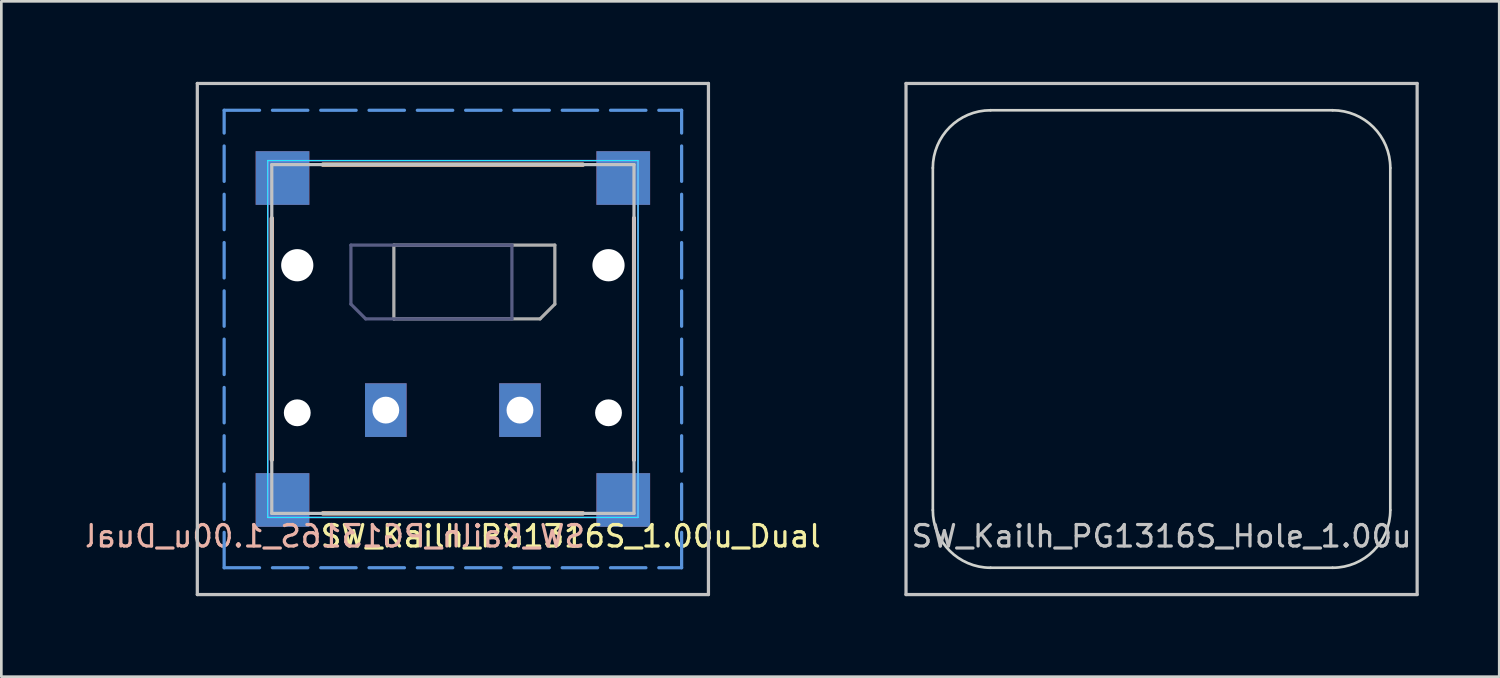
<source format=kicad_pcb>
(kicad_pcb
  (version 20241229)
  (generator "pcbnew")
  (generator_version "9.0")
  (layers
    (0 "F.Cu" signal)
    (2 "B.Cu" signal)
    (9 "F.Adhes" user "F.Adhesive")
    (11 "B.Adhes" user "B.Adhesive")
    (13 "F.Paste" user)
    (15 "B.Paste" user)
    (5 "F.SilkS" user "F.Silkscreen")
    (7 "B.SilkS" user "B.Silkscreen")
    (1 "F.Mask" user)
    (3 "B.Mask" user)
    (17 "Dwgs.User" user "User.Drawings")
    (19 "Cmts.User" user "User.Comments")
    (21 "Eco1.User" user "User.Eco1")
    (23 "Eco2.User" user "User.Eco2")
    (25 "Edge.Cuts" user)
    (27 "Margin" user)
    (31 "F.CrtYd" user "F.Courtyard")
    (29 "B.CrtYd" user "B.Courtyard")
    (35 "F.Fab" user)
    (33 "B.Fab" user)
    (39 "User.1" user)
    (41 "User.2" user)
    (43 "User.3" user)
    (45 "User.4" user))
  (footprint "SW_Kailh_PG1316S_1.00u_Dual"
    (layer "F.Cu")
    (at 13.829 9.585)
    (property "Reference" "SW_Kailh_PG1316S_1.00u_Dual" (at -5 7.35 180) (layer "F.SilkS") (effects (font (size 0.8 0.8) (thickness 0.12)) (justify left)))
    (attr smd)
    (fp_line (start -6.75 4.5) (end -6.75 -4.5) (stroke (width 0.15) (type default)) (layer "F.SilkS"))
    (fp_line (start 4.85 -6.5) (end -4.85 -6.5) (stroke (width 0.15) (type solid)) (layer "F.SilkS"))
    (fp_line (start 4.85 6.5) (end -4.85 6.5) (stroke (width 0.15) (type solid)) (layer "F.SilkS"))
    (fp_line (start 6.75 4.5) (end 6.75 -4.5) (stroke (width 0.15) (type default)) (layer "F.SilkS"))
    (fp_line (start -6.75 4.5) (end -6.75 -4.5) (stroke (width 0.15) (type default)) (layer "B.SilkS"))
    (fp_line (start -4.85 -6.5) (end 4.85 -6.5) (stroke (width 0.15) (type solid)) (layer "B.SilkS"))
    (fp_line (start -4.85 6.5) (end 4.85 6.5) (stroke (width 0.15) (type solid)) (layer "B.SilkS"))
    (fp_line (start 6.75 4.5) (end 6.75 -4.5) (stroke (width 0.15) (type default)) (layer "B.SilkS"))
    (fp_line (start -9.525 -9.525) (end -9.525 9.525) (stroke (width 0.12) (type default)) (layer "Dwgs.User"))
    (fp_line (start -9.525 -9.525) (end 9.525 -9.525) (stroke (width 0.12) (type default)) (layer "Dwgs.User"))
    (fp_line (start -6.75 6.5) (end -6.75 -6.5) (stroke (width 0.12) (type default)) (layer "Dwgs.User"))
    (fp_line (start 6.75 -6.5) (end -6.75 -6.5) (stroke (width 0.12) (type solid)) (layer "Dwgs.User"))
    (fp_line (start 6.75 -6.5) (end 6.75 6.5) (stroke (width 0.12) (type default)) (layer "Dwgs.User"))
    (fp_line (start 6.75 6.5) (end -6.75 6.5) (stroke (width 0.12) (type solid)) (layer "Dwgs.User"))
    (fp_line (start 9.525 -9.525) (end 9.525 9.525) (stroke (width 0.12) (type default)) (layer "Dwgs.User"))
    (fp_line (start 9.525 9.525) (end -9.525 9.525) (stroke (width 0.12) (type default)) (layer "Dwgs.User"))
    (fp_line (start -8.525 -8.525) (end 8.525 -8.525) (stroke (width 0.12) (type dash)) (layer "Cmts.User"))
    (fp_line (start -8.525 8.525) (end -8.525 -8.525) (stroke (width 0.12) (type dash)) (layer "Cmts.User"))
    (fp_line (start -8.525 8.525) (end 8.525 8.525) (stroke (width 0.12) (type dash)) (layer "Cmts.User"))
    (fp_line (start 8.525 8.525) (end 8.525 -8.525) (stroke (width 0.12) (type dash)) (layer "Cmts.User"))
    (fp_line (start -8 -6.375) (end -8 6.375) (stroke (width 0.12) (type default)) (layer "Eco1.User"))
    (fp_line (start -6.375 -8) (end 6.375 -8) (stroke (width 0.12) (type default)) (layer "Eco1.User"))
    (fp_line (start 6.375 8) (end -6.375 8) (stroke (width 0.12) (type default)) (layer "Eco1.User"))
    (fp_line (start 8 -6.375) (end 8 6.375) (stroke (width 0.12) (type default)) (layer "Eco1.User"))
    (fp_arc (start -8 -6.375) (mid -7.524049 -7.524049) (end -6.375 -8) (stroke (width 0.12) (type default)) (layer "Eco1.User"))
    (fp_arc (start -6.375 8) (mid -7.524049 7.524049) (end -8 6.375) (stroke (width 0.12) (type default)) (layer "Eco1.User"))
    (fp_arc (start 6.375 -8) (mid 7.524049 -7.524049) (end 8 -6.375) (stroke (width 0.12) (type default)) (layer "Eco1.User"))
    (fp_arc (start 8 6.375) (mid 7.524049 7.524049) (end 6.375 8) (stroke (width 0.12) (type default)) (layer "Eco1.User"))
    (fp_line (start 0 -2.5) (end 0 -2.5) (stroke (width 0.8) (type default)) (layer "Eco2.User"))
    (fp_line (start -6.9 -6.65) (end -6.9 6.65) (stroke (width 0.05) (type solid)) (layer "B.CrtYd"))
    (fp_line (start -6.9 -6.65) (end 6.9 -6.65) (stroke (width 0.05) (type solid)) (layer "B.CrtYd"))
    (fp_line (start -6.9 6.65) (end 6.9 6.65) (stroke (width 0.05) (type solid)) (layer "B.CrtYd"))
    (fp_line (start 6.9 6.65) (end 6.9 -6.65) (stroke (width 0.05) (type solid)) (layer "B.CrtYd"))
    (fp_line (start -6.9 6.65) (end -6.9 -6.65) (stroke (width 0.05) (type solid)) (layer "F.CrtYd"))
    (fp_line (start 6.9 -6.65) (end -6.9 -6.65) (stroke (width 0.05) (type solid)) (layer "F.CrtYd"))
    (fp_line (start 6.9 -6.65) (end 6.9 6.65) (stroke (width 0.05) (type solid)) (layer "F.CrtYd"))
    (fp_line (start 6.9 6.65) (end -6.9 6.65) (stroke (width 0.05) (type solid)) (layer "F.CrtYd"))
    (fp_line (start -3.8 -3.5) (end 2.2 -3.5) (stroke (width 0.12) (type default)) (layer "B.Fab"))
    (fp_line (start -3.8 -1.3) (end -3.8 -3.5) (stroke (width 0.12) (type default)) (layer "B.Fab"))
    (fp_line (start -3.8 -1.3) (end -3.25 -0.75) (stroke (width 0.12) (type default)) (layer "B.Fab"))
    (fp_line (start -3.25 -0.75) (end 2.2 -0.75) (stroke (width 0.12) (type default)) (layer "B.Fab"))
    (fp_line (start 2.2 -0.75) (end 2.2 -3.5) (stroke (width 0.12) (type default)) (layer "B.Fab"))
    (fp_line (start -2.2 -0.75) (end -2.2 -3.5) (stroke (width 0.12) (type default)) (layer "F.Fab"))
    (fp_line (start 3.25 -0.75) (end -2.2 -0.75) (stroke (width 0.12) (type default)) (layer "F.Fab"))
    (fp_line (start 3.8 -3.5) (end -2.2 -3.5) (stroke (width 0.12) (type default)) (layer "F.Fab"))
    (fp_line (start 3.8 -1.3) (end 3.25 -0.75) (stroke (width 0.12) (type default)) (layer "F.Fab"))
    (fp_line (start 3.8 -1.3) (end 3.8 -3.5) (stroke (width 0.12) (type default)) (layer "F.Fab"))
    (fp_text user "${REFERENCE}" (at 5 7.35 0) (layer "B.SilkS") (effects (font (size 0.8 0.8) (thickness 0.12)) (justify left mirror)))
    (fp_text user "1u:16x16 Keycap" (at 8.4 0 270) (unlocked yes) (layer "Eco1.User") (effects (font (size 0.8 0.8) (thickness 0.12)) (justify bottom)))
    (pad "" smd rect (at -6.35 -6) (size 2 2) (layers "F.Cu" "F.Mask" "F.Paste"))
    (pad "" smd rect (at -6.35 -6 270) (size 2 2) (layers "B.Cu" "B.Mask" "B.Paste"))
    (pad "" smd rect (at -6.35 6) (size 2 2) (layers "F.Cu" "F.Mask" "F.Paste"))
    (pad "" smd rect (at -6.35 6) (size 2 2) (layers "B.Cu" "B.Mask" "B.Paste"))
    (pad "" np_thru_hole circle (at -5.8 -2.75) (size 1.2 1.2) (drill 1.2) (layers "*.Cu" "*.Mask"))
    (pad "" np_thru_hole circle (at -5.8 2.75) (size 1 1) (drill 1) (layers "*.Cu" "*.Mask"))
    (pad "" np_thru_hole circle (at 5.8 -2.75) (size 1.2 1.2) (drill 1.2) (layers "*.Cu" "*.Mask"))
    (pad "" np_thru_hole circle (at 5.8 2.75) (size 1 1) (drill 1) (layers "*.Cu" "*.Mask"))
    (pad "" smd rect (at 6.35 -6 90) (size 2 2) (layers "F.Cu" "F.Mask" "F.Paste"))
    (pad "" smd rect (at 6.35 -6) (size 2 2) (layers "B.Cu" "B.Mask" "B.Paste"))
    (pad "" smd rect (at 6.35 6) (size 2 2) (layers "F.Cu" "F.Mask" "F.Paste"))
    (pad "" smd rect (at 6.35 6) (size 2 2) (layers "B.Cu" "B.Mask" "B.Paste"))
    (pad "1" thru_hole rect (at -2.5 2.65) (size 1.55 2) (drill 1) (layers "*.Cu" "*.Mask"))
    (pad "2" thru_hole rect (at 2.5 2.65) (size 1.55 2) (drill 1) (layers "*.Cu" "*.Mask")))
  (footprint "SW_Kailh_PG1316S_Hole_1.00u"
    (layer "F.Cu")
    (at 40.242 9.585)
    (property "Reference" "SW_Kailh_PG1316S_Hole_1.00u" (at 0 7.35 180) (layer "Dwgs.User") (effects (font (size 0.8 0.8) (thickness 0.12))))
    (attr smd)
    (fp_line (start -9.525 -9.525) (end -9.525 9.525) (stroke (width 0.12) (type default)) (layer "Dwgs.User"))
    (fp_line (start -9.525 -9.525) (end 9.525 -9.525) (stroke (width 0.12) (type default)) (layer "Dwgs.User"))
    (fp_line (start 9.525 -9.525) (end 9.525 9.525) (stroke (width 0.12) (type default)) (layer "Dwgs.User"))
    (fp_line (start 9.525 9.525) (end -9.525 9.525) (stroke (width 0.12) (type default)) (layer "Dwgs.User"))
    (fp_line (start -8 -6.375) (end -8 6.375) (stroke (width 0.12) (type default)) (layer "Eco1.User"))
    (fp_line (start -6.375 -8) (end 6.375 -8) (stroke (width 0.12) (type default)) (layer "Eco1.User"))
    (fp_line (start 6.375 8) (end -6.375 8) (stroke (width 0.12) (type default)) (layer "Eco1.User"))
    (fp_line (start 8 -6.375) (end 8 6.375) (stroke (width 0.12) (type default)) (layer "Eco1.User"))
    (fp_arc (start -8 -6.375) (mid -7.524049 -7.524049) (end -6.375 -8) (stroke (width 0.12) (type default)) (layer "Eco1.User"))
    (fp_arc (start -6.375 8) (mid -7.524049 7.524049) (end -8 6.375) (stroke (width 0.12) (type default)) (layer "Eco1.User"))
    (fp_arc (start 6.375 -8) (mid 7.524049 -7.524049) (end 8 -6.375) (stroke (width 0.12) (type default)) (layer "Eco1.User"))
    (fp_arc (start 8 6.375) (mid 7.524049 7.524049) (end 6.375 8) (stroke (width 0.12) (type default)) (layer "Eco1.User"))
    (fp_line (start -8.525 6.375) (end -8.525 -6.375) (stroke (width 0.1) (type solid)) (layer "Edge.Cuts"))
    (fp_line (start -6.375 8.525) (end 6.375 8.525) (stroke (width 0.1) (type solid)) (layer "Edge.Cuts"))
    (fp_line (start 6.375 -8.525) (end -6.375 -8.525) (stroke (width 0.1) (type solid)) (layer "Edge.Cuts"))
    (fp_line (start 8.525 6.375) (end 8.525 -6.375) (stroke (width 0.1) (type solid)) (layer "Edge.Cuts"))
    (fp_arc (start -8.525 -6.375) (mid -7.89528 -7.89528) (end -6.375 -8.525) (stroke (width 0.1) (type default)) (layer "Edge.Cuts"))
    (fp_arc (start -6.375 8.525) (mid -7.89528 7.89528) (end -8.525 6.375) (stroke (width 0.1) (type solid)) (layer "Edge.Cuts"))
    (fp_arc (start 6.375 -8.525) (mid 7.89528 -7.89528) (end 8.525 -6.375) (stroke (width 0.1) (type default)) (layer "Edge.Cuts"))
    (fp_arc (start 8.525 6.375) (mid 7.89528 7.89528) (end 6.375 8.525) (stroke (width 0.1) (type default)) (layer "Edge.Cuts"))
    (fp_text user "1u:16x16 Keycap" (at 6.8 0 270) (unlocked yes) (layer "Eco1.User") (effects (font (size 0.8 0.8) (thickness 0.12)) (justify bottom))))
  (gr_rect
    (start -3 -3)
    (end 52.827 22.17)
    (stroke (width 0.1) (type default))
    (fill no)
    (layer "Edge.Cuts")))
</source>
